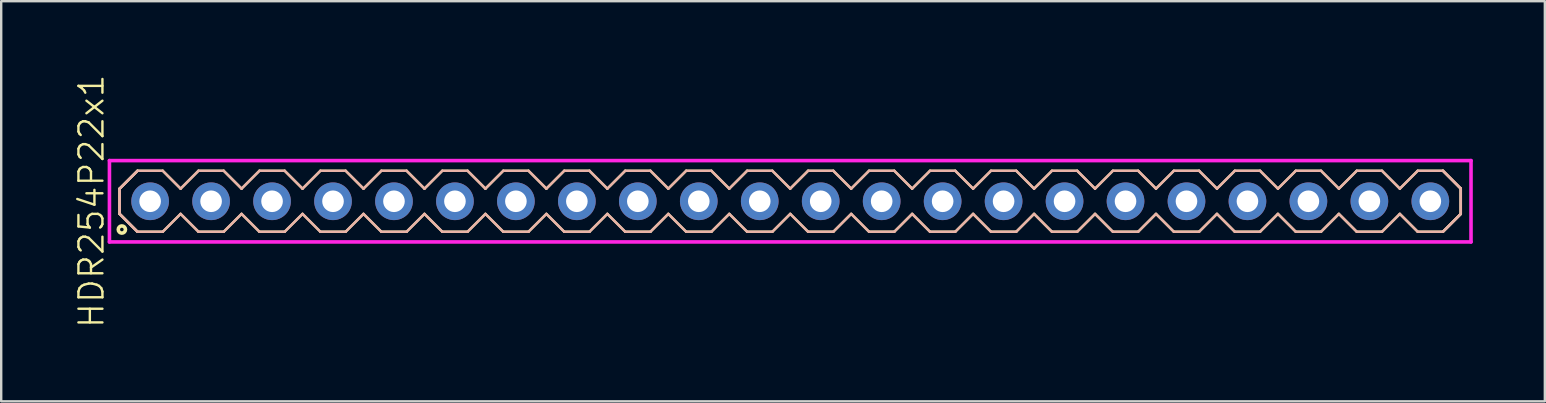
<source format=kicad_pcb>
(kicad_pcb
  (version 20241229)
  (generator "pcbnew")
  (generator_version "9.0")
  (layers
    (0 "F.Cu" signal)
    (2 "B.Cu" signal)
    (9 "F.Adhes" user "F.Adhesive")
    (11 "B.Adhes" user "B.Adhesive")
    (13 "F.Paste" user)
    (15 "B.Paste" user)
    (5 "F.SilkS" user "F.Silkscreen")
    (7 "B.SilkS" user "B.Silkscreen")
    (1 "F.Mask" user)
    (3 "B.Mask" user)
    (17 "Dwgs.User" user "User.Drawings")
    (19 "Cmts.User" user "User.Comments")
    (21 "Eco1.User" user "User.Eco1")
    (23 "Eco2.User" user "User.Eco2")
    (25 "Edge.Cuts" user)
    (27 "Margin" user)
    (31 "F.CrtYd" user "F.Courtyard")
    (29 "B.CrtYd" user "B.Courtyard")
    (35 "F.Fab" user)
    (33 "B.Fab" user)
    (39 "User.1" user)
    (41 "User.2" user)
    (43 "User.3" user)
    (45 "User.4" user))
  (footprint "HDR254P22x1"
    (layer "F.Cu")
    (at 29.875 5.336)
    (property "Reference" "HDR254P22x1" (at -29.115 0 90) (layer "F.SilkS") (effects (font (size 1 1) (thickness 0.1))))
    (attr through_hole)
    (fp_line (start -27.94 -0.526) (end -27.196 -1.27) (stroke (width 0.1) (type solid)) (layer "F.SilkS"))
    (fp_line (start -27.94 -0.526) (end -27.196 -1.27) (stroke (width 0.1) (type solid)) (layer "F.SilkS"))
    (fp_line (start -27.94 0.526) (end -27.94 -0.526) (stroke (width 0.1) (type solid)) (layer "F.SilkS"))
    (fp_line (start -27.94 0.526) (end -27.94 -0.526) (stroke (width 0.1) (type solid)) (layer "F.SilkS"))
    (fp_line (start -27.196 -1.27) (end -26.144 -1.27) (stroke (width 0.1) (type solid)) (layer "F.SilkS"))
    (fp_line (start -27.196 1.27) (end -27.94 0.526) (stroke (width 0.1) (type solid)) (layer "F.SilkS"))
    (fp_line (start -27.196 1.27) (end -27.94 0.526) (stroke (width 0.1) (type solid)) (layer "F.SilkS"))
    (fp_line (start -26.144 -1.27) (end -25.4 -0.526) (stroke (width 0.1) (type solid)) (layer "F.SilkS"))
    (fp_line (start -26.144 1.27) (end -27.196 1.27) (stroke (width 0.1) (type solid)) (layer "F.SilkS"))
    (fp_line (start -25.4 -0.526) (end -24.656 -1.27) (stroke (width 0.1) (type solid)) (layer "F.SilkS"))
    (fp_line (start -25.4 0.526) (end -26.144 1.27) (stroke (width 0.1) (type solid)) (layer "F.SilkS"))
    (fp_line (start -24.656 -1.27) (end -23.604 -1.27) (stroke (width 0.1) (type solid)) (layer "F.SilkS"))
    (fp_line (start -24.656 1.27) (end -25.4 0.526) (stroke (width 0.1) (type solid)) (layer "F.SilkS"))
    (fp_line (start -23.604 -1.27) (end -22.86 -0.526) (stroke (width 0.1) (type solid)) (layer "F.SilkS"))
    (fp_line (start -23.604 1.27) (end -24.656 1.27) (stroke (width 0.1) (type solid)) (layer "F.SilkS"))
    (fp_line (start -22.86 -0.526) (end -22.116 -1.27) (stroke (width 0.1) (type solid)) (layer "F.SilkS"))
    (fp_line (start -22.86 0.526) (end -23.604 1.27) (stroke (width 0.1) (type solid)) (layer "F.SilkS"))
    (fp_line (start -22.116 -1.27) (end -21.064 -1.27) (stroke (width 0.1) (type solid)) (layer "F.SilkS"))
    (fp_line (start -22.116 1.27) (end -22.86 0.526) (stroke (width 0.1) (type solid)) (layer "F.SilkS"))
    (fp_line (start -21.064 -1.27) (end -20.32 -0.526) (stroke (width 0.1) (type solid)) (layer "F.SilkS"))
    (fp_line (start -21.064 1.27) (end -22.116 1.27) (stroke (width 0.1) (type solid)) (layer "F.SilkS"))
    (fp_line (start -20.32 -0.526) (end -19.576 -1.27) (stroke (width 0.1) (type solid)) (layer "F.SilkS"))
    (fp_line (start -20.32 0.526) (end -21.064 1.27) (stroke (width 0.1) (type solid)) (layer "F.SilkS"))
    (fp_line (start -19.576 -1.27) (end -18.524 -1.27) (stroke (width 0.1) (type solid)) (layer "F.SilkS"))
    (fp_line (start -19.576 1.27) (end -20.32 0.526) (stroke (width 0.1) (type solid)) (layer "F.SilkS"))
    (fp_line (start -18.524 -1.27) (end -17.78 -0.526) (stroke (width 0.1) (type solid)) (layer "F.SilkS"))
    (fp_line (start -18.524 1.27) (end -19.576 1.27) (stroke (width 0.1) (type solid)) (layer "F.SilkS"))
    (fp_line (start -17.78 -0.526) (end -17.036 -1.27) (stroke (width 0.1) (type solid)) (layer "F.SilkS"))
    (fp_line (start -17.78 0.526) (end -18.524 1.27) (stroke (width 0.1) (type solid)) (layer "F.SilkS"))
    (fp_line (start -17.036 -1.27) (end -15.984 -1.27) (stroke (width 0.1) (type solid)) (layer "F.SilkS"))
    (fp_line (start -17.036 1.27) (end -17.78 0.526) (stroke (width 0.1) (type solid)) (layer "F.SilkS"))
    (fp_line (start -15.984 -1.27) (end -15.24 -0.526) (stroke (width 0.1) (type solid)) (layer "F.SilkS"))
    (fp_line (start -15.984 1.27) (end -17.036 1.27) (stroke (width 0.1) (type solid)) (layer "F.SilkS"))
    (fp_line (start -15.24 -0.526) (end -14.496 -1.27) (stroke (width 0.1) (type solid)) (layer "F.SilkS"))
    (fp_line (start -15.24 0.526) (end -15.984 1.27) (stroke (width 0.1) (type solid)) (layer "F.SilkS"))
    (fp_line (start -14.496 -1.27) (end -13.444 -1.27) (stroke (width 0.1) (type solid)) (layer "F.SilkS"))
    (fp_line (start -14.496 1.27) (end -15.24 0.526) (stroke (width 0.1) (type solid)) (layer "F.SilkS"))
    (fp_line (start -13.444 -1.27) (end -12.7 -0.526) (stroke (width 0.1) (type solid)) (layer "F.SilkS"))
    (fp_line (start -13.444 1.27) (end -14.496 1.27) (stroke (width 0.1) (type solid)) (layer "F.SilkS"))
    (fp_line (start -12.7 -0.526) (end -11.956 -1.27) (stroke (width 0.1) (type solid)) (layer "F.SilkS"))
    (fp_line (start -12.7 0.526) (end -13.444 1.27) (stroke (width 0.1) (type solid)) (layer "F.SilkS"))
    (fp_line (start -11.956 -1.27) (end -10.904 -1.27) (stroke (width 0.1) (type solid)) (layer "F.SilkS"))
    (fp_line (start -11.956 1.27) (end -12.7 0.526) (stroke (width 0.1) (type solid)) (layer "F.SilkS"))
    (fp_line (start -10.904 -1.27) (end -10.16 -0.526) (stroke (width 0.1) (type solid)) (layer "F.SilkS"))
    (fp_line (start -10.904 1.27) (end -11.956 1.27) (stroke (width 0.1) (type solid)) (layer "F.SilkS"))
    (fp_line (start -10.16 -0.526) (end -9.416 -1.27) (stroke (width 0.1) (type solid)) (layer "F.SilkS"))
    (fp_line (start -10.16 0.526) (end -10.904 1.27) (stroke (width 0.1) (type solid)) (layer "F.SilkS"))
    (fp_line (start -9.416 -1.27) (end -8.364 -1.27) (stroke (width 0.1) (type solid)) (layer "F.SilkS"))
    (fp_line (start -9.416 1.27) (end -10.16 0.526) (stroke (width 0.1) (type solid)) (layer "F.SilkS"))
    (fp_line (start -8.364 -1.27) (end -7.62 -0.526) (stroke (width 0.1) (type solid)) (layer "F.SilkS"))
    (fp_line (start -8.364 1.27) (end -9.416 1.27) (stroke (width 0.1) (type solid)) (layer "F.SilkS"))
    (fp_line (start -7.62 -0.526) (end -6.876 -1.27) (stroke (width 0.1) (type solid)) (layer "F.SilkS"))
    (fp_line (start -7.62 0.526) (end -8.364 1.27) (stroke (width 0.1) (type solid)) (layer "F.SilkS"))
    (fp_line (start -6.876 -1.27) (end -5.824 -1.27) (stroke (width 0.1) (type solid)) (layer "F.SilkS"))
    (fp_line (start -6.876 1.27) (end -7.62 0.526) (stroke (width 0.1) (type solid)) (layer "F.SilkS"))
    (fp_line (start -5.824 -1.27) (end -5.08 -0.526) (stroke (width 0.1) (type solid)) (layer "F.SilkS"))
    (fp_line (start -5.824 1.27) (end -6.876 1.27) (stroke (width 0.1) (type solid)) (layer "F.SilkS"))
    (fp_line (start -5.08 -0.526) (end -4.336 -1.27) (stroke (width 0.1) (type solid)) (layer "F.SilkS"))
    (fp_line (start -5.08 0.526) (end -5.824 1.27) (stroke (width 0.1) (type solid)) (layer "F.SilkS"))
    (fp_line (start -4.336 -1.27) (end -3.284 -1.27) (stroke (width 0.1) (type solid)) (layer "F.SilkS"))
    (fp_line (start -4.336 1.27) (end -5.08 0.526) (stroke (width 0.1) (type solid)) (layer "F.SilkS"))
    (fp_line (start -3.284 -1.27) (end -2.54 -0.526) (stroke (width 0.1) (type solid)) (layer "F.SilkS"))
    (fp_line (start -3.284 1.27) (end -4.336 1.27) (stroke (width 0.1) (type solid)) (layer "F.SilkS"))
    (fp_line (start -2.54 -0.526) (end -1.796 -1.27) (stroke (width 0.1) (type solid)) (layer "F.SilkS"))
    (fp_line (start -2.54 0.526) (end -3.284 1.27) (stroke (width 0.1) (type solid)) (layer "F.SilkS"))
    (fp_line (start -1.796 -1.27) (end -0.744 -1.27) (stroke (width 0.1) (type solid)) (layer "F.SilkS"))
    (fp_line (start -1.796 1.27) (end -2.54 0.526) (stroke (width 0.1) (type solid)) (layer "F.SilkS"))
    (fp_line (start -0.744 -1.27) (end 0 -0.526) (stroke (width 0.1) (type solid)) (layer "F.SilkS"))
    (fp_line (start -0.744 1.27) (end -1.796 1.27) (stroke (width 0.1) (type solid)) (layer "F.SilkS"))
    (fp_line (start 0 -0.526) (end 0.744 -1.27) (stroke (width 0.1) (type solid)) (layer "F.SilkS"))
    (fp_line (start 0 0.526) (end -0.744 1.27) (stroke (width 0.1) (type solid)) (layer "F.SilkS"))
    (fp_line (start 0.744 -1.27) (end 1.796 -1.27) (stroke (width 0.1) (type solid)) (layer "F.SilkS"))
    (fp_line (start 0.744 1.27) (end 0 0.526) (stroke (width 0.1) (type solid)) (layer "F.SilkS"))
    (fp_line (start 1.796 -1.27) (end 2.54 -0.526) (stroke (width 0.1) (type solid)) (layer "F.SilkS"))
    (fp_line (start 1.796 1.27) (end 0.744 1.27) (stroke (width 0.1) (type solid)) (layer "F.SilkS"))
    (fp_line (start 2.54 -0.526) (end 3.284 -1.27) (stroke (width 0.1) (type solid)) (layer "F.SilkS"))
    (fp_line (start 2.54 0.526) (end 1.796 1.27) (stroke (width 0.1) (type solid)) (layer "F.SilkS"))
    (fp_line (start 3.284 -1.27) (end 4.336 -1.27) (stroke (width 0.1) (type solid)) (layer "F.SilkS"))
    (fp_line (start 3.284 1.27) (end 2.54 0.526) (stroke (width 0.1) (type solid)) (layer "F.SilkS"))
    (fp_line (start 4.336 -1.27) (end 5.08 -0.526) (stroke (width 0.1) (type solid)) (layer "F.SilkS"))
    (fp_line (start 4.336 1.27) (end 3.284 1.27) (stroke (width 0.1) (type solid)) (layer "F.SilkS"))
    (fp_line (start 5.08 -0.526) (end 5.824 -1.27) (stroke (width 0.1) (type solid)) (layer "F.SilkS"))
    (fp_line (start 5.08 0.526) (end 4.336 1.27) (stroke (width 0.1) (type solid)) (layer "F.SilkS"))
    (fp_line (start 5.824 -1.27) (end 6.876 -1.27) (stroke (width 0.1) (type solid)) (layer "F.SilkS"))
    (fp_line (start 5.824 1.27) (end 5.08 0.526) (stroke (width 0.1) (type solid)) (layer "F.SilkS"))
    (fp_line (start 6.876 -1.27) (end 7.62 -0.526) (stroke (width 0.1) (type solid)) (layer "F.SilkS"))
    (fp_line (start 6.876 1.27) (end 5.824 1.27) (stroke (width 0.1) (type solid)) (layer "F.SilkS"))
    (fp_line (start 7.62 -0.526) (end 8.364 -1.27) (stroke (width 0.1) (type solid)) (layer "F.SilkS"))
    (fp_line (start 7.62 0.526) (end 6.876 1.27) (stroke (width 0.1) (type solid)) (layer "F.SilkS"))
    (fp_line (start 8.364 -1.27) (end 9.416 -1.27) (stroke (width 0.1) (type solid)) (layer "F.SilkS"))
    (fp_line (start 8.364 1.27) (end 7.62 0.526) (stroke (width 0.1) (type solid)) (layer "F.SilkS"))
    (fp_line (start 9.416 -1.27) (end 10.16 -0.526) (stroke (width 0.1) (type solid)) (layer "F.SilkS"))
    (fp_line (start 9.416 1.27) (end 8.364 1.27) (stroke (width 0.1) (type solid)) (layer "F.SilkS"))
    (fp_line (start 10.16 -0.526) (end 10.904 -1.27) (stroke (width 0.1) (type solid)) (layer "F.SilkS"))
    (fp_line (start 10.16 0.526) (end 9.416 1.27) (stroke (width 0.1) (type solid)) (layer "F.SilkS"))
    (fp_line (start 10.904 -1.27) (end 11.956 -1.27) (stroke (width 0.1) (type solid)) (layer "F.SilkS"))
    (fp_line (start 10.904 1.27) (end 10.16 0.526) (stroke (width 0.1) (type solid)) (layer "F.SilkS"))
    (fp_line (start 11.956 -1.27) (end 12.7 -0.526) (stroke (width 0.1) (type solid)) (layer "F.SilkS"))
    (fp_line (start 11.956 1.27) (end 10.904 1.27) (stroke (width 0.1) (type solid)) (layer "F.SilkS"))
    (fp_line (start 12.7 -0.526) (end 13.444 -1.27) (stroke (width 0.1) (type solid)) (layer "F.SilkS"))
    (fp_line (start 12.7 0.526) (end 11.956 1.27) (stroke (width 0.1) (type solid)) (layer "F.SilkS"))
    (fp_line (start 13.444 -1.27) (end 14.496 -1.27) (stroke (width 0.1) (type solid)) (layer "F.SilkS"))
    (fp_line (start 13.444 1.27) (end 12.7 0.526) (stroke (width 0.1) (type solid)) (layer "F.SilkS"))
    (fp_line (start 14.496 -1.27) (end 15.24 -0.526) (stroke (width 0.1) (type solid)) (layer "F.SilkS"))
    (fp_line (start 14.496 1.27) (end 13.444 1.27) (stroke (width 0.1) (type solid)) (layer "F.SilkS"))
    (fp_line (start 15.24 -0.526) (end 15.984 -1.27) (stroke (width 0.1) (type solid)) (layer "F.SilkS"))
    (fp_line (start 15.24 0.526) (end 14.496 1.27) (stroke (width 0.1) (type solid)) (layer "F.SilkS"))
    (fp_line (start 15.984 -1.27) (end 17.036 -1.27) (stroke (width 0.1) (type solid)) (layer "F.SilkS"))
    (fp_line (start 15.984 1.27) (end 15.24 0.526) (stroke (width 0.1) (type solid)) (layer "F.SilkS"))
    (fp_line (start 17.036 -1.27) (end 17.78 -0.526) (stroke (width 0.1) (type solid)) (layer "F.SilkS"))
    (fp_line (start 17.036 1.27) (end 15.984 1.27) (stroke (width 0.1) (type solid)) (layer "F.SilkS"))
    (fp_line (start 17.78 -0.526) (end 18.524 -1.27) (stroke (width 0.1) (type solid)) (layer "F.SilkS"))
    (fp_line (start 17.78 0.526) (end 17.036 1.27) (stroke (width 0.1) (type solid)) (layer "F.SilkS"))
    (fp_line (start 18.524 -1.27) (end 19.576 -1.27) (stroke (width 0.1) (type solid)) (layer "F.SilkS"))
    (fp_line (start 18.524 1.27) (end 17.78 0.526) (stroke (width 0.1) (type solid)) (layer "F.SilkS"))
    (fp_line (start 19.576 -1.27) (end 20.32 -0.526) (stroke (width 0.1) (type solid)) (layer "F.SilkS"))
    (fp_line (start 19.576 1.27) (end 18.524 1.27) (stroke (width 0.1) (type solid)) (layer "F.SilkS"))
    (fp_line (start 20.32 -0.526) (end 21.064 -1.27) (stroke (width 0.1) (type solid)) (layer "F.SilkS"))
    (fp_line (start 20.32 0.526) (end 19.576 1.27) (stroke (width 0.1) (type solid)) (layer "F.SilkS"))
    (fp_line (start 21.064 -1.27) (end 22.116 -1.27) (stroke (width 0.1) (type solid)) (layer "F.SilkS"))
    (fp_line (start 21.064 1.27) (end 20.32 0.526) (stroke (width 0.1) (type solid)) (layer "F.SilkS"))
    (fp_line (start 22.116 -1.27) (end 22.86 -0.526) (stroke (width 0.1) (type solid)) (layer "F.SilkS"))
    (fp_line (start 22.116 1.27) (end 21.064 1.27) (stroke (width 0.1) (type solid)) (layer "F.SilkS"))
    (fp_line (start 22.86 -0.526) (end 23.604 -1.27) (stroke (width 0.1) (type solid)) (layer "F.SilkS"))
    (fp_line (start 22.86 0.526) (end 22.116 1.27) (stroke (width 0.1) (type solid)) (layer "F.SilkS"))
    (fp_line (start 23.604 -1.27) (end 24.656 -1.27) (stroke (width 0.1) (type solid)) (layer "F.SilkS"))
    (fp_line (start 23.604 1.27) (end 22.86 0.526) (stroke (width 0.1) (type solid)) (layer "F.SilkS"))
    (fp_line (start 24.656 -1.27) (end 25.4 -0.526) (stroke (width 0.1) (type solid)) (layer "F.SilkS"))
    (fp_line (start 24.656 1.27) (end 23.604 1.27) (stroke (width 0.1) (type solid)) (layer "F.SilkS"))
    (fp_line (start 25.4 -0.526) (end 26.144 -1.27) (stroke (width 0.1) (type solid)) (layer "F.SilkS"))
    (fp_line (start 25.4 0.526) (end 24.656 1.27) (stroke (width 0.1) (type solid)) (layer "F.SilkS"))
    (fp_line (start 26.144 -1.27) (end 27.196 -1.27) (stroke (width 0.1) (type solid)) (layer "F.SilkS"))
    (fp_line (start 26.144 1.27) (end 25.4 0.526) (stroke (width 0.1) (type solid)) (layer "F.SilkS"))
    (fp_line (start 27.196 -1.27) (end 27.94 -0.526) (stroke (width 0.1) (type solid)) (layer "F.SilkS"))
    (fp_line (start 27.196 -1.27) (end 27.94 -0.526) (stroke (width 0.1) (type solid)) (layer "F.SilkS"))
    (fp_line (start 27.196 1.27) (end 26.144 1.27) (stroke (width 0.1) (type solid)) (layer "F.SilkS"))
    (fp_line (start 27.94 -0.526) (end 27.94 0.526) (stroke (width 0.1) (type solid)) (layer "F.SilkS"))
    (fp_line (start 27.94 -0.526) (end 27.94 0.526) (stroke (width 0.1) (type solid)) (layer "F.SilkS"))
    (fp_line (start 27.94 0.526) (end 27.196 1.27) (stroke (width 0.1) (type solid)) (layer "F.SilkS"))
    (fp_line (start 27.94 0.526) (end 27.196 1.27) (stroke (width 0.1) (type solid)) (layer "F.SilkS"))
    (fp_circle (center -27.848 1.177) (end -27.698 1.177) (stroke (width 0.15) (type solid)) (fill no) (layer "F.SilkS"))
    (fp_line (start -27.94 -0.526) (end -27.196 -1.27) (stroke (width 0.1) (type solid)) (layer "B.SilkS"))
    (fp_line (start -27.94 -0.526) (end -27.196 -1.27) (stroke (width 0.1) (type solid)) (layer "B.SilkS"))
    (fp_line (start -27.94 0.526) (end -27.94 -0.526) (stroke (width 0.1) (type solid)) (layer "B.SilkS"))
    (fp_line (start -27.94 0.526) (end -27.94 -0.526) (stroke (width 0.1) (type solid)) (layer "B.SilkS"))
    (fp_line (start -27.196 -1.27) (end -26.144 -1.27) (stroke (width 0.1) (type solid)) (layer "B.SilkS"))
    (fp_line (start -27.196 1.27) (end -27.94 0.526) (stroke (width 0.1) (type solid)) (layer "B.SilkS"))
    (fp_line (start -27.196 1.27) (end -27.94 0.526) (stroke (width 0.1) (type solid)) (layer "B.SilkS"))
    (fp_line (start -26.144 -1.27) (end -25.4 -0.526) (stroke (width 0.1) (type solid)) (layer "B.SilkS"))
    (fp_line (start -26.144 1.27) (end -27.196 1.27) (stroke (width 0.1) (type solid)) (layer "B.SilkS"))
    (fp_line (start -25.4 -0.526) (end -24.656 -1.27) (stroke (width 0.1) (type solid)) (layer "B.SilkS"))
    (fp_line (start -25.4 0.526) (end -26.144 1.27) (stroke (width 0.1) (type solid)) (layer "B.SilkS"))
    (fp_line (start -24.656 -1.27) (end -23.604 -1.27) (stroke (width 0.1) (type solid)) (layer "B.SilkS"))
    (fp_line (start -24.656 1.27) (end -25.4 0.526) (stroke (width 0.1) (type solid)) (layer "B.SilkS"))
    (fp_line (start -23.604 -1.27) (end -22.86 -0.526) (stroke (width 0.1) (type solid)) (layer "B.SilkS"))
    (fp_line (start -23.604 1.27) (end -24.656 1.27) (stroke (width 0.1) (type solid)) (layer "B.SilkS"))
    (fp_line (start -22.86 -0.526) (end -22.116 -1.27) (stroke (width 0.1) (type solid)) (layer "B.SilkS"))
    (fp_line (start -22.86 0.526) (end -23.604 1.27) (stroke (width 0.1) (type solid)) (layer "B.SilkS"))
    (fp_line (start -22.116 -1.27) (end -21.064 -1.27) (stroke (width 0.1) (type solid)) (layer "B.SilkS"))
    (fp_line (start -22.116 1.27) (end -22.86 0.526) (stroke (width 0.1) (type solid)) (layer "B.SilkS"))
    (fp_line (start -21.064 -1.27) (end -20.32 -0.526) (stroke (width 0.1) (type solid)) (layer "B.SilkS"))
    (fp_line (start -21.064 1.27) (end -22.116 1.27) (stroke (width 0.1) (type solid)) (layer "B.SilkS"))
    (fp_line (start -20.32 -0.526) (end -19.576 -1.27) (stroke (width 0.1) (type solid)) (layer "B.SilkS"))
    (fp_line (start -20.32 0.526) (end -21.064 1.27) (stroke (width 0.1) (type solid)) (layer "B.SilkS"))
    (fp_line (start -19.576 -1.27) (end -18.524 -1.27) (stroke (width 0.1) (type solid)) (layer "B.SilkS"))
    (fp_line (start -19.576 1.27) (end -20.32 0.526) (stroke (width 0.1) (type solid)) (layer "B.SilkS"))
    (fp_line (start -18.524 -1.27) (end -17.78 -0.526) (stroke (width 0.1) (type solid)) (layer "B.SilkS"))
    (fp_line (start -18.524 1.27) (end -19.576 1.27) (stroke (width 0.1) (type solid)) (layer "B.SilkS"))
    (fp_line (start -17.78 -0.526) (end -17.036 -1.27) (stroke (width 0.1) (type solid)) (layer "B.SilkS"))
    (fp_line (start -17.78 0.526) (end -18.524 1.27) (stroke (width 0.1) (type solid)) (layer "B.SilkS"))
    (fp_line (start -17.036 -1.27) (end -15.984 -1.27) (stroke (width 0.1) (type solid)) (layer "B.SilkS"))
    (fp_line (start -17.036 1.27) (end -17.78 0.526) (stroke (width 0.1) (type solid)) (layer "B.SilkS"))
    (fp_line (start -15.984 -1.27) (end -15.24 -0.526) (stroke (width 0.1) (type solid)) (layer "B.SilkS"))
    (fp_line (start -15.984 1.27) (end -17.036 1.27) (stroke (width 0.1) (type solid)) (layer "B.SilkS"))
    (fp_line (start -15.24 -0.526) (end -14.496 -1.27) (stroke (width 0.1) (type solid)) (layer "B.SilkS"))
    (fp_line (start -15.24 0.526) (end -15.984 1.27) (stroke (width 0.1) (type solid)) (layer "B.SilkS"))
    (fp_line (start -14.496 -1.27) (end -13.444 -1.27) (stroke (width 0.1) (type solid)) (layer "B.SilkS"))
    (fp_line (start -14.496 1.27) (end -15.24 0.526) (stroke (width 0.1) (type solid)) (layer "B.SilkS"))
    (fp_line (start -13.444 -1.27) (end -12.7 -0.526) (stroke (width 0.1) (type solid)) (layer "B.SilkS"))
    (fp_line (start -13.444 1.27) (end -14.496 1.27) (stroke (width 0.1) (type solid)) (layer "B.SilkS"))
    (fp_line (start -12.7 -0.526) (end -11.956 -1.27) (stroke (width 0.1) (type solid)) (layer "B.SilkS"))
    (fp_line (start -12.7 0.526) (end -13.444 1.27) (stroke (width 0.1) (type solid)) (layer "B.SilkS"))
    (fp_line (start -11.956 -1.27) (end -10.904 -1.27) (stroke (width 0.1) (type solid)) (layer "B.SilkS"))
    (fp_line (start -11.956 1.27) (end -12.7 0.526) (stroke (width 0.1) (type solid)) (layer "B.SilkS"))
    (fp_line (start -10.904 -1.27) (end -10.16 -0.526) (stroke (width 0.1) (type solid)) (layer "B.SilkS"))
    (fp_line (start -10.904 1.27) (end -11.956 1.27) (stroke (width 0.1) (type solid)) (layer "B.SilkS"))
    (fp_line (start -10.16 -0.526) (end -9.416 -1.27) (stroke (width 0.1) (type solid)) (layer "B.SilkS"))
    (fp_line (start -10.16 0.526) (end -10.904 1.27) (stroke (width 0.1) (type solid)) (layer "B.SilkS"))
    (fp_line (start -9.416 -1.27) (end -8.364 -1.27) (stroke (width 0.1) (type solid)) (layer "B.SilkS"))
    (fp_line (start -9.416 1.27) (end -10.16 0.526) (stroke (width 0.1) (type solid)) (layer "B.SilkS"))
    (fp_line (start -8.364 -1.27) (end -7.62 -0.526) (stroke (width 0.1) (type solid)) (layer "B.SilkS"))
    (fp_line (start -8.364 1.27) (end -9.416 1.27) (stroke (width 0.1) (type solid)) (layer "B.SilkS"))
    (fp_line (start -7.62 -0.526) (end -6.876 -1.27) (stroke (width 0.1) (type solid)) (layer "B.SilkS"))
    (fp_line (start -7.62 0.526) (end -8.364 1.27) (stroke (width 0.1) (type solid)) (layer "B.SilkS"))
    (fp_line (start -6.876 -1.27) (end -5.824 -1.27) (stroke (width 0.1) (type solid)) (layer "B.SilkS"))
    (fp_line (start -6.876 1.27) (end -7.62 0.526) (stroke (width 0.1) (type solid)) (layer "B.SilkS"))
    (fp_line (start -5.824 -1.27) (end -5.08 -0.526) (stroke (width 0.1) (type solid)) (layer "B.SilkS"))
    (fp_line (start -5.824 1.27) (end -6.876 1.27) (stroke (width 0.1) (type solid)) (layer "B.SilkS"))
    (fp_line (start -5.08 -0.526) (end -4.336 -1.27) (stroke (width 0.1) (type solid)) (layer "B.SilkS"))
    (fp_line (start -5.08 0.526) (end -5.824 1.27) (stroke (width 0.1) (type solid)) (layer "B.SilkS"))
    (fp_line (start -4.336 -1.27) (end -3.284 -1.27) (stroke (width 0.1) (type solid)) (layer "B.SilkS"))
    (fp_line (start -4.336 1.27) (end -5.08 0.526) (stroke (width 0.1) (type solid)) (layer "B.SilkS"))
    (fp_line (start -3.284 -1.27) (end -2.54 -0.526) (stroke (width 0.1) (type solid)) (layer "B.SilkS"))
    (fp_line (start -3.284 1.27) (end -4.336 1.27) (stroke (width 0.1) (type solid)) (layer "B.SilkS"))
    (fp_line (start -2.54 -0.526) (end -1.796 -1.27) (stroke (width 0.1) (type solid)) (layer "B.SilkS"))
    (fp_line (start -2.54 0.526) (end -3.284 1.27) (stroke (width 0.1) (type solid)) (layer "B.SilkS"))
    (fp_line (start -1.796 -1.27) (end -0.744 -1.27) (stroke (width 0.1) (type solid)) (layer "B.SilkS"))
    (fp_line (start -1.796 1.27) (end -2.54 0.526) (stroke (width 0.1) (type solid)) (layer "B.SilkS"))
    (fp_line (start -0.744 -1.27) (end 0 -0.526) (stroke (width 0.1) (type solid)) (layer "B.SilkS"))
    (fp_line (start -0.744 1.27) (end -1.796 1.27) (stroke (width 0.1) (type solid)) (layer "B.SilkS"))
    (fp_line (start 0 -0.526) (end 0.744 -1.27) (stroke (width 0.1) (type solid)) (layer "B.SilkS"))
    (fp_line (start 0 0.526) (end -0.744 1.27) (stroke (width 0.1) (type solid)) (layer "B.SilkS"))
    (fp_line (start 0.744 -1.27) (end 1.796 -1.27) (stroke (width 0.1) (type solid)) (layer "B.SilkS"))
    (fp_line (start 0.744 1.27) (end 0 0.526) (stroke (width 0.1) (type solid)) (layer "B.SilkS"))
    (fp_line (start 1.796 -1.27) (end 2.54 -0.526) (stroke (width 0.1) (type solid)) (layer "B.SilkS"))
    (fp_line (start 1.796 1.27) (end 0.744 1.27) (stroke (width 0.1) (type solid)) (layer "B.SilkS"))
    (fp_line (start 2.54 -0.526) (end 3.284 -1.27) (stroke (width 0.1) (type solid)) (layer "B.SilkS"))
    (fp_line (start 2.54 0.526) (end 1.796 1.27) (stroke (width 0.1) (type solid)) (layer "B.SilkS"))
    (fp_line (start 3.284 -1.27) (end 4.336 -1.27) (stroke (width 0.1) (type solid)) (layer "B.SilkS"))
    (fp_line (start 3.284 1.27) (end 2.54 0.526) (stroke (width 0.1) (type solid)) (layer "B.SilkS"))
    (fp_line (start 4.336 -1.27) (end 5.08 -0.526) (stroke (width 0.1) (type solid)) (layer "B.SilkS"))
    (fp_line (start 4.336 1.27) (end 3.284 1.27) (stroke (width 0.1) (type solid)) (layer "B.SilkS"))
    (fp_line (start 5.08 -0.526) (end 5.824 -1.27) (stroke (width 0.1) (type solid)) (layer "B.SilkS"))
    (fp_line (start 5.08 0.526) (end 4.336 1.27) (stroke (width 0.1) (type solid)) (layer "B.SilkS"))
    (fp_line (start 5.824 -1.27) (end 6.876 -1.27) (stroke (width 0.1) (type solid)) (layer "B.SilkS"))
    (fp_line (start 5.824 1.27) (end 5.08 0.526) (stroke (width 0.1) (type solid)) (layer "B.SilkS"))
    (fp_line (start 6.876 -1.27) (end 7.62 -0.526) (stroke (width 0.1) (type solid)) (layer "B.SilkS"))
    (fp_line (start 6.876 1.27) (end 5.824 1.27) (stroke (width 0.1) (type solid)) (layer "B.SilkS"))
    (fp_line (start 7.62 -0.526) (end 8.364 -1.27) (stroke (width 0.1) (type solid)) (layer "B.SilkS"))
    (fp_line (start 7.62 0.526) (end 6.876 1.27) (stroke (width 0.1) (type solid)) (layer "B.SilkS"))
    (fp_line (start 8.364 -1.27) (end 9.416 -1.27) (stroke (width 0.1) (type solid)) (layer "B.SilkS"))
    (fp_line (start 8.364 1.27) (end 7.62 0.526) (stroke (width 0.1) (type solid)) (layer "B.SilkS"))
    (fp_line (start 9.416 -1.27) (end 10.16 -0.526) (stroke (width 0.1) (type solid)) (layer "B.SilkS"))
    (fp_line (start 9.416 1.27) (end 8.364 1.27) (stroke (width 0.1) (type solid)) (layer "B.SilkS"))
    (fp_line (start 10.16 -0.526) (end 10.904 -1.27) (stroke (width 0.1) (type solid)) (layer "B.SilkS"))
    (fp_line (start 10.16 0.526) (end 9.416 1.27) (stroke (width 0.1) (type solid)) (layer "B.SilkS"))
    (fp_line (start 10.904 -1.27) (end 11.956 -1.27) (stroke (width 0.1) (type solid)) (layer "B.SilkS"))
    (fp_line (start 10.904 1.27) (end 10.16 0.526) (stroke (width 0.1) (type solid)) (layer "B.SilkS"))
    (fp_line (start 11.956 -1.27) (end 12.7 -0.526) (stroke (width 0.1) (type solid)) (layer "B.SilkS"))
    (fp_line (start 11.956 1.27) (end 10.904 1.27) (stroke (width 0.1) (type solid)) (layer "B.SilkS"))
    (fp_line (start 12.7 -0.526) (end 13.444 -1.27) (stroke (width 0.1) (type solid)) (layer "B.SilkS"))
    (fp_line (start 12.7 0.526) (end 11.956 1.27) (stroke (width 0.1) (type solid)) (layer "B.SilkS"))
    (fp_line (start 13.444 -1.27) (end 14.496 -1.27) (stroke (width 0.1) (type solid)) (layer "B.SilkS"))
    (fp_line (start 13.444 1.27) (end 12.7 0.526) (stroke (width 0.1) (type solid)) (layer "B.SilkS"))
    (fp_line (start 14.496 -1.27) (end 15.24 -0.526) (stroke (width 0.1) (type solid)) (layer "B.SilkS"))
    (fp_line (start 14.496 1.27) (end 13.444 1.27) (stroke (width 0.1) (type solid)) (layer "B.SilkS"))
    (fp_line (start 15.24 -0.526) (end 15.984 -1.27) (stroke (width 0.1) (type solid)) (layer "B.SilkS"))
    (fp_line (start 15.24 0.526) (end 14.496 1.27) (stroke (width 0.1) (type solid)) (layer "B.SilkS"))
    (fp_line (start 15.984 -1.27) (end 17.036 -1.27) (stroke (width 0.1) (type solid)) (layer "B.SilkS"))
    (fp_line (start 15.984 1.27) (end 15.24 0.526) (stroke (width 0.1) (type solid)) (layer "B.SilkS"))
    (fp_line (start 17.036 -1.27) (end 17.78 -0.526) (stroke (width 0.1) (type solid)) (layer "B.SilkS"))
    (fp_line (start 17.036 1.27) (end 15.984 1.27) (stroke (width 0.1) (type solid)) (layer "B.SilkS"))
    (fp_line (start 17.78 -0.526) (end 18.524 -1.27) (stroke (width 0.1) (type solid)) (layer "B.SilkS"))
    (fp_line (start 17.78 0.526) (end 17.036 1.27) (stroke (width 0.1) (type solid)) (layer "B.SilkS"))
    (fp_line (start 18.524 -1.27) (end 19.576 -1.27) (stroke (width 0.1) (type solid)) (layer "B.SilkS"))
    (fp_line (start 18.524 1.27) (end 17.78 0.526) (stroke (width 0.1) (type solid)) (layer "B.SilkS"))
    (fp_line (start 19.576 -1.27) (end 20.32 -0.526) (stroke (width 0.1) (type solid)) (layer "B.SilkS"))
    (fp_line (start 19.576 1.27) (end 18.524 1.27) (stroke (width 0.1) (type solid)) (layer "B.SilkS"))
    (fp_line (start 20.32 -0.526) (end 21.064 -1.27) (stroke (width 0.1) (type solid)) (layer "B.SilkS"))
    (fp_line (start 20.32 0.526) (end 19.576 1.27) (stroke (width 0.1) (type solid)) (layer "B.SilkS"))
    (fp_line (start 21.064 -1.27) (end 22.116 -1.27) (stroke (width 0.1) (type solid)) (layer "B.SilkS"))
    (fp_line (start 21.064 1.27) (end 20.32 0.526) (stroke (width 0.1) (type solid)) (layer "B.SilkS"))
    (fp_line (start 22.116 -1.27) (end 22.86 -0.526) (stroke (width 0.1) (type solid)) (layer "B.SilkS"))
    (fp_line (start 22.116 1.27) (end 21.064 1.27) (stroke (width 0.1) (type solid)) (layer "B.SilkS"))
    (fp_line (start 22.86 -0.526) (end 23.604 -1.27) (stroke (width 0.1) (type solid)) (layer "B.SilkS"))
    (fp_line (start 22.86 0.526) (end 22.116 1.27) (stroke (width 0.1) (type solid)) (layer "B.SilkS"))
    (fp_line (start 23.604 -1.27) (end 24.656 -1.27) (stroke (width 0.1) (type solid)) (layer "B.SilkS"))
    (fp_line (start 23.604 1.27) (end 22.86 0.526) (stroke (width 0.1) (type solid)) (layer "B.SilkS"))
    (fp_line (start 24.656 -1.27) (end 25.4 -0.526) (stroke (width 0.1) (type solid)) (layer "B.SilkS"))
    (fp_line (start 24.656 1.27) (end 23.604 1.27) (stroke (width 0.1) (type solid)) (layer "B.SilkS"))
    (fp_line (start 25.4 -0.526) (end 26.144 -1.27) (stroke (width 0.1) (type solid)) (layer "B.SilkS"))
    (fp_line (start 25.4 0.526) (end 24.656 1.27) (stroke (width 0.1) (type solid)) (layer "B.SilkS"))
    (fp_line (start 26.144 -1.27) (end 27.196 -1.27) (stroke (width 0.1) (type solid)) (layer "B.SilkS"))
    (fp_line (start 26.144 1.27) (end 25.4 0.526) (stroke (width 0.1) (type solid)) (layer "B.SilkS"))
    (fp_line (start 27.196 -1.27) (end 27.94 -0.526) (stroke (width 0.1) (type solid)) (layer "B.SilkS"))
    (fp_line (start 27.196 -1.27) (end 27.94 -0.526) (stroke (width 0.1) (type solid)) (layer "B.SilkS"))
    (fp_line (start 27.196 1.27) (end 26.144 1.27) (stroke (width 0.1) (type solid)) (layer "B.SilkS"))
    (fp_line (start 27.94 -0.526) (end 27.94 0.526) (stroke (width 0.1) (type solid)) (layer "B.SilkS"))
    (fp_line (start 27.94 -0.526) (end 27.94 0.526) (stroke (width 0.1) (type solid)) (layer "B.SilkS"))
    (fp_line (start 27.94 0.526) (end 27.196 1.27) (stroke (width 0.1) (type solid)) (layer "B.SilkS"))
    (fp_line (start 27.94 0.526) (end 27.196 1.27) (stroke (width 0.1) (type solid)) (layer "B.SilkS"))
    (fp_line (start -28.365 -1.695) (end -28.365 1.695) (stroke (width 0.15) (type solid)) (layer "F.CrtYd"))
    (fp_line (start -28.365 1.695) (end 28.365 1.695) (stroke (width 0.15) (type solid)) (layer "F.CrtYd"))
    (fp_line (start 28.365 -1.695) (end -28.365 -1.695) (stroke (width 0.15) (type solid)) (layer "F.CrtYd"))
    (fp_line (start 28.365 1.695) (end 28.365 -1.695) (stroke (width 0.15) (type solid)) (layer "F.CrtYd"))
    (pad "1" thru_hole oval (at -26.67 0) (size 1.57 1.57) (drill 0.9) (layers "*.Cu" "*.Mask"))
    (pad "2" thru_hole oval (at -24.13 0) (size 1.57 1.57) (drill 0.9) (layers "*.Cu" "*.Mask"))
    (pad "3" thru_hole oval (at -21.59 0) (size 1.57 1.57) (drill 0.9) (layers "*.Cu" "*.Mask"))
    (pad "4" thru_hole oval (at -19.05 0) (size 1.57 1.57) (drill 0.9) (layers "*.Cu" "*.Mask"))
    (pad "5" thru_hole oval (at -16.51 0) (size 1.57 1.57) (drill 0.9) (layers "*.Cu" "*.Mask"))
    (pad "6" thru_hole oval (at -13.97 0) (size 1.57 1.57) (drill 0.9) (layers "*.Cu" "*.Mask"))
    (pad "7" thru_hole oval (at -11.43 0) (size 1.57 1.57) (drill 0.9) (layers "*.Cu" "*.Mask"))
    (pad "8" thru_hole oval (at -8.89 0) (size 1.57 1.57) (drill 0.9) (layers "*.Cu" "*.Mask"))
    (pad "9" thru_hole oval (at -6.35 0) (size 1.57 1.57) (drill 0.9) (layers "*.Cu" "*.Mask"))
    (pad "10" thru_hole oval (at -3.81 0) (size 1.57 1.57) (drill 0.9) (layers "*.Cu" "*.Mask"))
    (pad "11" thru_hole oval (at -1.27 0) (size 1.57 1.57) (drill 0.9) (layers "*.Cu" "*.Mask"))
    (pad "12" thru_hole oval (at 1.27 0) (size 1.57 1.57) (drill 0.9) (layers "*.Cu" "*.Mask"))
    (pad "13" thru_hole oval (at 3.81 0) (size 1.57 1.57) (drill 0.9) (layers "*.Cu" "*.Mask"))
    (pad "14" thru_hole oval (at 6.35 0) (size 1.57 1.57) (drill 0.9) (layers "*.Cu" "*.Mask"))
    (pad "15" thru_hole oval (at 8.89 0) (size 1.57 1.57) (drill 0.9) (layers "*.Cu" "*.Mask"))
    (pad "16" thru_hole oval (at 11.43 0) (size 1.57 1.57) (drill 0.9) (layers "*.Cu" "*.Mask"))
    (pad "17" thru_hole oval (at 13.97 0) (size 1.57 1.57) (drill 0.9) (layers "*.Cu" "*.Mask"))
    (pad "18" thru_hole oval (at 16.51 0) (size 1.57 1.57) (drill 0.9) (layers "*.Cu" "*.Mask"))
    (pad "19" thru_hole oval (at 19.05 0) (size 1.57 1.57) (drill 0.9) (layers "*.Cu" "*.Mask"))
    (pad "20" thru_hole oval (at 21.59 0) (size 1.57 1.57) (drill 0.9) (layers "*.Cu" "*.Mask"))
    (pad "21" thru_hole oval (at 24.13 0) (size 1.57 1.57) (drill 0.9) (layers "*.Cu" "*.Mask"))
    (pad "22" thru_hole oval (at 26.67 0) (size 1.57 1.57) (drill 0.9) (layers "*.Cu" "*.Mask")))
  (gr_rect
    (start -3 -3)
    (end 61.316 13.671)
    (stroke (width 0.1) (type default))
    (fill no)
    (layer "Edge.Cuts")))
</source>
